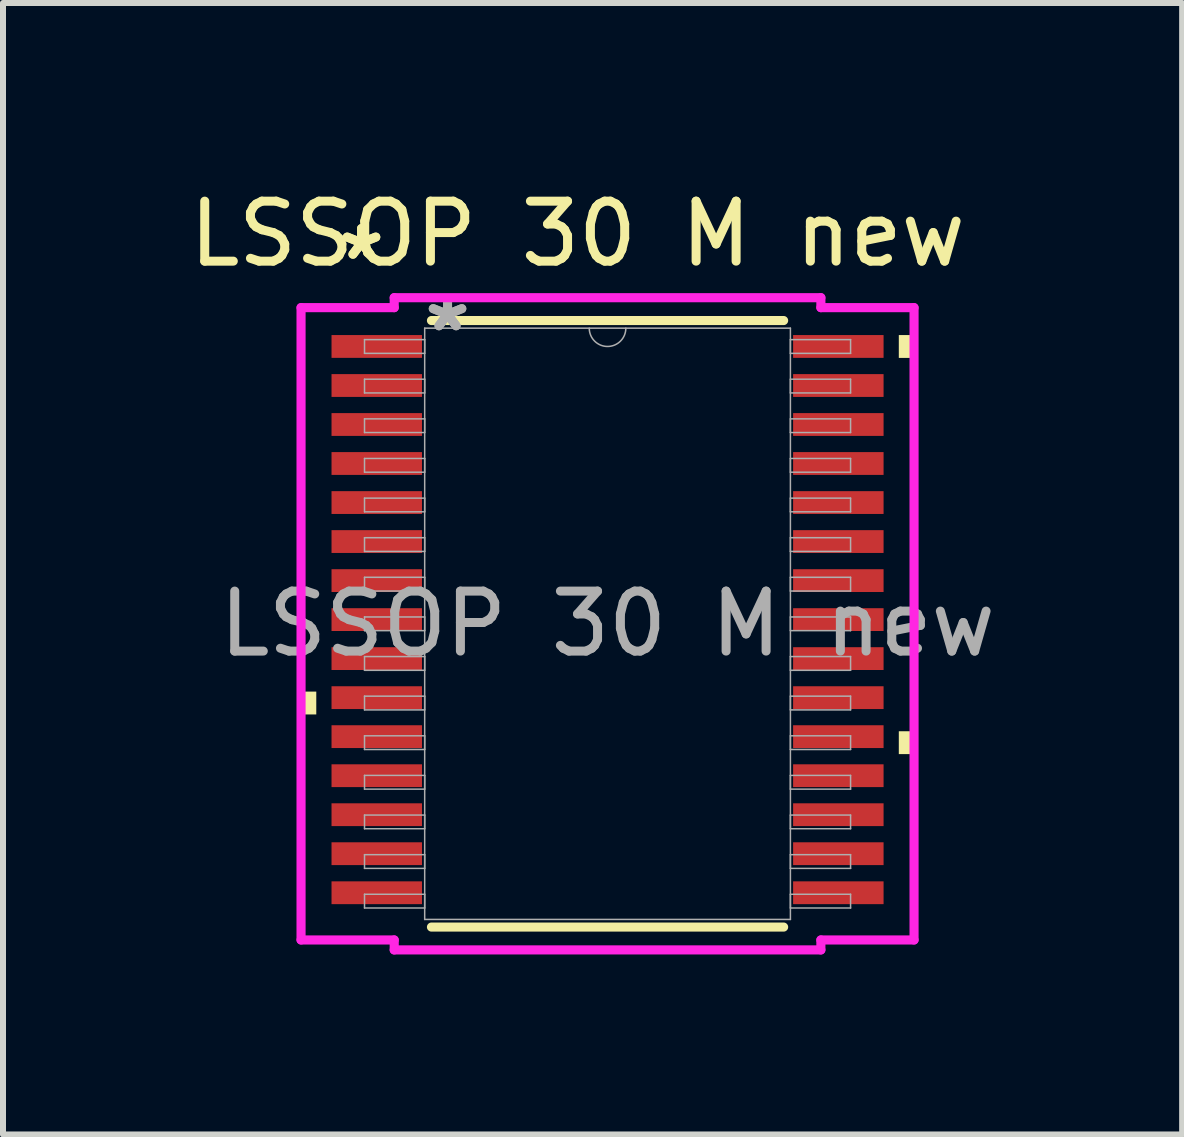
<source format=kicad_pcb>
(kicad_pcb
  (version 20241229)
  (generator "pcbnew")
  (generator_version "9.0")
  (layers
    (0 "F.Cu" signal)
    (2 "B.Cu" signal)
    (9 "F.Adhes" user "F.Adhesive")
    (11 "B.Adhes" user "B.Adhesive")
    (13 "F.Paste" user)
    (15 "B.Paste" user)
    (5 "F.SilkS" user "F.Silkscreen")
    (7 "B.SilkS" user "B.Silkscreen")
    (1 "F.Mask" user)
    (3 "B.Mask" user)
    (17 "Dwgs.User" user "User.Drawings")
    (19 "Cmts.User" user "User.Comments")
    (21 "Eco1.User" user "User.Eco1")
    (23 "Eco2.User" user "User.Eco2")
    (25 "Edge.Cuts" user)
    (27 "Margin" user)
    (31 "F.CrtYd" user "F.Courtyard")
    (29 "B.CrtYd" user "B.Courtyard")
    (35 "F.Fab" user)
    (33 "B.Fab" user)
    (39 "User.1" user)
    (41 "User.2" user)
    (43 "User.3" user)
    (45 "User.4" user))
  (footprint "LSSOP 30 M new"
    (layer "F.Cu")
    (at 7.077 7.348)
    (property "Reference" "LSSOP 30 M new" (at -0.5 -6.5 0) (unlocked yes) (layer "F.SilkS") (effects (font (size 1 1) (thickness 0.15))))
    (attr smd)
    (fp_line (start -2.935 5.055) (end 2.935 5.055) (stroke (width 0.152) (type solid)) (layer "F.SilkS"))
    (fp_line (start 2.935 -5.055) (end -2.935 -5.055) (stroke (width 0.152) (type solid)) (layer "F.SilkS"))
    (fp_poly (pts (xy -5.109 1.13) (xy -5.109 1.511) (xy -4.855 1.511) (xy -4.855 1.13)) (stroke (width 0) (type solid)) (fill yes) (layer "F.SilkS"))
    (fp_poly (pts (xy 5.109 -4.813) (xy 5.109 -4.432) (xy 4.855 -4.432) (xy 4.855 -4.813)) (stroke (width 0) (type solid)) (fill yes) (layer "F.SilkS"))
    (fp_poly (pts (xy 5.109 1.791) (xy 5.109 2.172) (xy 4.855 2.172) (xy 4.855 1.791)) (stroke (width 0) (type solid)) (fill yes) (layer "F.SilkS"))
    (fp_line (start -5.109 -5.27) (end -3.556 -5.27) (stroke (width 0.152) (type solid)) (layer "F.CrtYd"))
    (fp_line (start -5.109 5.27) (end -5.109 -5.27) (stroke (width 0.152) (type solid)) (layer "F.CrtYd"))
    (fp_line (start -5.109 5.27) (end -3.556 5.27) (stroke (width 0.152) (type solid)) (layer "F.CrtYd"))
    (fp_line (start -3.556 -5.436) (end 3.556 -5.436) (stroke (width 0.152) (type solid)) (layer "F.CrtYd"))
    (fp_line (start -3.556 -5.27) (end -3.556 -5.436) (stroke (width 0.152) (type solid)) (layer "F.CrtYd"))
    (fp_line (start -3.556 5.436) (end -3.556 5.27) (stroke (width 0.152) (type solid)) (layer "F.CrtYd"))
    (fp_line (start 3.556 -5.436) (end 3.556 -5.27) (stroke (width 0.152) (type solid)) (layer "F.CrtYd"))
    (fp_line (start 3.556 5.27) (end 3.556 5.436) (stroke (width 0.152) (type solid)) (layer "F.CrtYd"))
    (fp_line (start 3.556 5.436) (end -3.556 5.436) (stroke (width 0.152) (type solid)) (layer "F.CrtYd"))
    (fp_line (start 5.109 -5.27) (end 3.556 -5.27) (stroke (width 0.152) (type solid)) (layer "F.CrtYd"))
    (fp_line (start 5.109 -5.27) (end 5.109 5.27) (stroke (width 0.152) (type solid)) (layer "F.CrtYd"))
    (fp_line (start 5.109 5.27) (end 3.556 5.27) (stroke (width 0.152) (type solid)) (layer "F.CrtYd"))
    (fp_line (start -4.051 -4.737) (end -4.051 -4.508) (stroke (width 0.025) (type solid)) (layer "F.Fab"))
    (fp_line (start -4.051 -4.508) (end -3.048 -4.508) (stroke (width 0.025) (type solid)) (layer "F.Fab"))
    (fp_line (start -4.051 -4.077) (end -4.051 -3.848) (stroke (width 0.025) (type solid)) (layer "F.Fab"))
    (fp_line (start -4.051 -3.848) (end -3.048 -3.848) (stroke (width 0.025) (type solid)) (layer "F.Fab"))
    (fp_line (start -4.051 -3.416) (end -4.051 -3.188) (stroke (width 0.025) (type solid)) (layer "F.Fab"))
    (fp_line (start -4.051 -3.188) (end -3.048 -3.188) (stroke (width 0.025) (type solid)) (layer "F.Fab"))
    (fp_line (start -4.051 -2.756) (end -4.051 -2.527) (stroke (width 0.025) (type solid)) (layer "F.Fab"))
    (fp_line (start -4.051 -2.527) (end -3.048 -2.527) (stroke (width 0.025) (type solid)) (layer "F.Fab"))
    (fp_line (start -4.051 -2.095) (end -4.051 -1.867) (stroke (width 0.025) (type solid)) (layer "F.Fab"))
    (fp_line (start -4.051 -1.867) (end -3.048 -1.867) (stroke (width 0.025) (type solid)) (layer "F.Fab"))
    (fp_line (start -4.051 -1.435) (end -4.051 -1.206) (stroke (width 0.025) (type solid)) (layer "F.Fab"))
    (fp_line (start -4.051 -1.206) (end -3.048 -1.206) (stroke (width 0.025) (type solid)) (layer "F.Fab"))
    (fp_line (start -4.051 -0.775) (end -4.051 -0.546) (stroke (width 0.025) (type solid)) (layer "F.Fab"))
    (fp_line (start -4.051 -0.546) (end -3.048 -0.546) (stroke (width 0.025) (type solid)) (layer "F.Fab"))
    (fp_line (start -4.051 -0.114) (end -4.051 0.114) (stroke (width 0.025) (type solid)) (layer "F.Fab"))
    (fp_line (start -4.051 0.114) (end -3.048 0.114) (stroke (width 0.025) (type solid)) (layer "F.Fab"))
    (fp_line (start -4.051 0.546) (end -4.051 0.775) (stroke (width 0.025) (type solid)) (layer "F.Fab"))
    (fp_line (start -4.051 0.775) (end -3.048 0.775) (stroke (width 0.025) (type solid)) (layer "F.Fab"))
    (fp_line (start -4.051 1.206) (end -4.051 1.435) (stroke (width 0.025) (type solid)) (layer "F.Fab"))
    (fp_line (start -4.051 1.435) (end -3.048 1.435) (stroke (width 0.025) (type solid)) (layer "F.Fab"))
    (fp_line (start -4.051 1.867) (end -4.051 2.095) (stroke (width 0.025) (type solid)) (layer "F.Fab"))
    (fp_line (start -4.051 2.095) (end -3.048 2.095) (stroke (width 0.025) (type solid)) (layer "F.Fab"))
    (fp_line (start -4.051 2.527) (end -4.051 2.756) (stroke (width 0.025) (type solid)) (layer "F.Fab"))
    (fp_line (start -4.051 2.756) (end -3.048 2.756) (stroke (width 0.025) (type solid)) (layer "F.Fab"))
    (fp_line (start -4.051 3.188) (end -4.051 3.416) (stroke (width 0.025) (type solid)) (layer "F.Fab"))
    (fp_line (start -4.051 3.416) (end -3.048 3.416) (stroke (width 0.025) (type solid)) (layer "F.Fab"))
    (fp_line (start -4.051 3.848) (end -4.051 4.077) (stroke (width 0.025) (type solid)) (layer "F.Fab"))
    (fp_line (start -4.051 4.077) (end -3.048 4.077) (stroke (width 0.025) (type solid)) (layer "F.Fab"))
    (fp_line (start -4.051 4.508) (end -4.051 4.737) (stroke (width 0.025) (type solid)) (layer "F.Fab"))
    (fp_line (start -4.051 4.737) (end -3.048 4.737) (stroke (width 0.025) (type solid)) (layer "F.Fab"))
    (fp_line (start -3.048 -4.928) (end -3.048 4.928) (stroke (width 0.025) (type solid)) (layer "F.Fab"))
    (fp_line (start -3.048 -4.737) (end -4.051 -4.737) (stroke (width 0.025) (type solid)) (layer "F.Fab"))
    (fp_line (start -3.048 -4.508) (end -3.048 -4.737) (stroke (width 0.025) (type solid)) (layer "F.Fab"))
    (fp_line (start -3.048 -4.077) (end -4.051 -4.077) (stroke (width 0.025) (type solid)) (layer "F.Fab"))
    (fp_line (start -3.048 -3.848) (end -3.048 -4.077) (stroke (width 0.025) (type solid)) (layer "F.Fab"))
    (fp_line (start -3.048 -3.416) (end -4.051 -3.416) (stroke (width 0.025) (type solid)) (layer "F.Fab"))
    (fp_line (start -3.048 -3.188) (end -3.048 -3.416) (stroke (width 0.025) (type solid)) (layer "F.Fab"))
    (fp_line (start -3.048 -2.756) (end -4.051 -2.756) (stroke (width 0.025) (type solid)) (layer "F.Fab"))
    (fp_line (start -3.048 -2.527) (end -3.048 -2.756) (stroke (width 0.025) (type solid)) (layer "F.Fab"))
    (fp_line (start -3.048 -2.095) (end -4.051 -2.095) (stroke (width 0.025) (type solid)) (layer "F.Fab"))
    (fp_line (start -3.048 -1.867) (end -3.048 -2.095) (stroke (width 0.025) (type solid)) (layer "F.Fab"))
    (fp_line (start -3.048 -1.435) (end -4.051 -1.435) (stroke (width 0.025) (type solid)) (layer "F.Fab"))
    (fp_line (start -3.048 -1.206) (end -3.048 -1.435) (stroke (width 0.025) (type solid)) (layer "F.Fab"))
    (fp_line (start -3.048 -0.775) (end -4.051 -0.775) (stroke (width 0.025) (type solid)) (layer "F.Fab"))
    (fp_line (start -3.048 -0.546) (end -3.048 -0.775) (stroke (width 0.025) (type solid)) (layer "F.Fab"))
    (fp_line (start -3.048 -0.114) (end -4.051 -0.114) (stroke (width 0.025) (type solid)) (layer "F.Fab"))
    (fp_line (start -3.048 0.114) (end -3.048 -0.114) (stroke (width 0.025) (type solid)) (layer "F.Fab"))
    (fp_line (start -3.048 0.546) (end -4.051 0.546) (stroke (width 0.025) (type solid)) (layer "F.Fab"))
    (fp_line (start -3.048 0.775) (end -3.048 0.546) (stroke (width 0.025) (type solid)) (layer "F.Fab"))
    (fp_line (start -3.048 1.206) (end -4.051 1.206) (stroke (width 0.025) (type solid)) (layer "F.Fab"))
    (fp_line (start -3.048 1.435) (end -3.048 1.206) (stroke (width 0.025) (type solid)) (layer "F.Fab"))
    (fp_line (start -3.048 1.867) (end -4.051 1.867) (stroke (width 0.025) (type solid)) (layer "F.Fab"))
    (fp_line (start -3.048 2.095) (end -3.048 1.867) (stroke (width 0.025) (type solid)) (layer "F.Fab"))
    (fp_line (start -3.048 2.527) (end -4.051 2.527) (stroke (width 0.025) (type solid)) (layer "F.Fab"))
    (fp_line (start -3.048 2.756) (end -3.048 2.527) (stroke (width 0.025) (type solid)) (layer "F.Fab"))
    (fp_line (start -3.048 3.188) (end -4.051 3.188) (stroke (width 0.025) (type solid)) (layer "F.Fab"))
    (fp_line (start -3.048 3.416) (end -3.048 3.188) (stroke (width 0.025) (type solid)) (layer "F.Fab"))
    (fp_line (start -3.048 3.848) (end -4.051 3.848) (stroke (width 0.025) (type solid)) (layer "F.Fab"))
    (fp_line (start -3.048 4.077) (end -3.048 3.848) (stroke (width 0.025) (type solid)) (layer "F.Fab"))
    (fp_line (start -3.048 4.508) (end -4.051 4.508) (stroke (width 0.025) (type solid)) (layer "F.Fab"))
    (fp_line (start -3.048 4.737) (end -3.048 4.508) (stroke (width 0.025) (type solid)) (layer "F.Fab"))
    (fp_line (start -3.048 4.928) (end 3.048 4.928) (stroke (width 0.025) (type solid)) (layer "F.Fab"))
    (fp_line (start 3.048 -4.928) (end -3.048 -4.928) (stroke (width 0.025) (type solid)) (layer "F.Fab"))
    (fp_line (start 3.048 -4.737) (end 3.048 -4.508) (stroke (width 0.025) (type solid)) (layer "F.Fab"))
    (fp_line (start 3.048 -4.508) (end 4.051 -4.508) (stroke (width 0.025) (type solid)) (layer "F.Fab"))
    (fp_line (start 3.048 -4.077) (end 3.048 -3.848) (stroke (width 0.025) (type solid)) (layer "F.Fab"))
    (fp_line (start 3.048 -3.848) (end 4.051 -3.848) (stroke (width 0.025) (type solid)) (layer "F.Fab"))
    (fp_line (start 3.048 -3.416) (end 3.048 -3.188) (stroke (width 0.025) (type solid)) (layer "F.Fab"))
    (fp_line (start 3.048 -3.188) (end 4.051 -3.188) (stroke (width 0.025) (type solid)) (layer "F.Fab"))
    (fp_line (start 3.048 -2.756) (end 3.048 -2.527) (stroke (width 0.025) (type solid)) (layer "F.Fab"))
    (fp_line (start 3.048 -2.527) (end 4.051 -2.527) (stroke (width 0.025) (type solid)) (layer "F.Fab"))
    (fp_line (start 3.048 -2.095) (end 3.048 -1.867) (stroke (width 0.025) (type solid)) (layer "F.Fab"))
    (fp_line (start 3.048 -1.867) (end 4.051 -1.867) (stroke (width 0.025) (type solid)) (layer "F.Fab"))
    (fp_line (start 3.048 -1.435) (end 3.048 -1.206) (stroke (width 0.025) (type solid)) (layer "F.Fab"))
    (fp_line (start 3.048 -1.206) (end 4.051 -1.206) (stroke (width 0.025) (type solid)) (layer "F.Fab"))
    (fp_line (start 3.048 -0.775) (end 3.048 -0.546) (stroke (width 0.025) (type solid)) (layer "F.Fab"))
    (fp_line (start 3.048 -0.546) (end 4.051 -0.546) (stroke (width 0.025) (type solid)) (layer "F.Fab"))
    (fp_line (start 3.048 -0.114) (end 3.048 0.114) (stroke (width 0.025) (type solid)) (layer "F.Fab"))
    (fp_line (start 3.048 0.114) (end 4.051 0.114) (stroke (width 0.025) (type solid)) (layer "F.Fab"))
    (fp_line (start 3.048 0.546) (end 3.048 0.775) (stroke (width 0.025) (type solid)) (layer "F.Fab"))
    (fp_line (start 3.048 0.775) (end 4.051 0.775) (stroke (width 0.025) (type solid)) (layer "F.Fab"))
    (fp_line (start 3.048 1.206) (end 3.048 1.435) (stroke (width 0.025) (type solid)) (layer "F.Fab"))
    (fp_line (start 3.048 1.435) (end 4.051 1.435) (stroke (width 0.025) (type solid)) (layer "F.Fab"))
    (fp_line (start 3.048 1.867) (end 3.048 2.095) (stroke (width 0.025) (type solid)) (layer "F.Fab"))
    (fp_line (start 3.048 2.095) (end 4.051 2.095) (stroke (width 0.025) (type solid)) (layer "F.Fab"))
    (fp_line (start 3.048 2.527) (end 3.048 2.756) (stroke (width 0.025) (type solid)) (layer "F.Fab"))
    (fp_line (start 3.048 2.756) (end 4.051 2.756) (stroke (width 0.025) (type solid)) (layer "F.Fab"))
    (fp_line (start 3.048 3.188) (end 3.048 3.416) (stroke (width 0.025) (type solid)) (layer "F.Fab"))
    (fp_line (start 3.048 3.416) (end 4.051 3.416) (stroke (width 0.025) (type solid)) (layer "F.Fab"))
    (fp_line (start 3.048 3.848) (end 3.048 4.077) (stroke (width 0.025) (type solid)) (layer "F.Fab"))
    (fp_line (start 3.048 4.077) (end 4.051 4.077) (stroke (width 0.025) (type solid)) (layer "F.Fab"))
    (fp_line (start 3.048 4.508) (end 3.048 4.737) (stroke (width 0.025) (type solid)) (layer "F.Fab"))
    (fp_line (start 3.048 4.737) (end 4.051 4.737) (stroke (width 0.025) (type solid)) (layer "F.Fab"))
    (fp_line (start 3.048 4.928) (end 3.048 -4.928) (stroke (width 0.025) (type solid)) (layer "F.Fab"))
    (fp_line (start 4.051 -4.737) (end 3.048 -4.737) (stroke (width 0.025) (type solid)) (layer "F.Fab"))
    (fp_line (start 4.051 -4.508) (end 4.051 -4.737) (stroke (width 0.025) (type solid)) (layer "F.Fab"))
    (fp_line (start 4.051 -4.077) (end 3.048 -4.077) (stroke (width 0.025) (type solid)) (layer "F.Fab"))
    (fp_line (start 4.051 -3.848) (end 4.051 -4.077) (stroke (width 0.025) (type solid)) (layer "F.Fab"))
    (fp_line (start 4.051 -3.416) (end 3.048 -3.416) (stroke (width 0.025) (type solid)) (layer "F.Fab"))
    (fp_line (start 4.051 -3.188) (end 4.051 -3.416) (stroke (width 0.025) (type solid)) (layer "F.Fab"))
    (fp_line (start 4.051 -2.756) (end 3.048 -2.756) (stroke (width 0.025) (type solid)) (layer "F.Fab"))
    (fp_line (start 4.051 -2.527) (end 4.051 -2.756) (stroke (width 0.025) (type solid)) (layer "F.Fab"))
    (fp_line (start 4.051 -2.095) (end 3.048 -2.095) (stroke (width 0.025) (type solid)) (layer "F.Fab"))
    (fp_line (start 4.051 -1.867) (end 4.051 -2.095) (stroke (width 0.025) (type solid)) (layer "F.Fab"))
    (fp_line (start 4.051 -1.435) (end 3.048 -1.435) (stroke (width 0.025) (type solid)) (layer "F.Fab"))
    (fp_line (start 4.051 -1.206) (end 4.051 -1.435) (stroke (width 0.025) (type solid)) (layer "F.Fab"))
    (fp_line (start 4.051 -0.775) (end 3.048 -0.775) (stroke (width 0.025) (type solid)) (layer "F.Fab"))
    (fp_line (start 4.051 -0.546) (end 4.051 -0.775) (stroke (width 0.025) (type solid)) (layer "F.Fab"))
    (fp_line (start 4.051 -0.114) (end 3.048 -0.114) (stroke (width 0.025) (type solid)) (layer "F.Fab"))
    (fp_line (start 4.051 0.114) (end 4.051 -0.114) (stroke (width 0.025) (type solid)) (layer "F.Fab"))
    (fp_line (start 4.051 0.546) (end 3.048 0.546) (stroke (width 0.025) (type solid)) (layer "F.Fab"))
    (fp_line (start 4.051 0.775) (end 4.051 0.546) (stroke (width 0.025) (type solid)) (layer "F.Fab"))
    (fp_line (start 4.051 1.206) (end 3.048 1.206) (stroke (width 0.025) (type solid)) (layer "F.Fab"))
    (fp_line (start 4.051 1.435) (end 4.051 1.206) (stroke (width 0.025) (type solid)) (layer "F.Fab"))
    (fp_line (start 4.051 1.867) (end 3.048 1.867) (stroke (width 0.025) (type solid)) (layer "F.Fab"))
    (fp_line (start 4.051 2.095) (end 4.051 1.867) (stroke (width 0.025) (type solid)) (layer "F.Fab"))
    (fp_line (start 4.051 2.527) (end 3.048 2.527) (stroke (width 0.025) (type solid)) (layer "F.Fab"))
    (fp_line (start 4.051 2.756) (end 4.051 2.527) (stroke (width 0.025) (type solid)) (layer "F.Fab"))
    (fp_line (start 4.051 3.188) (end 3.048 3.188) (stroke (width 0.025) (type solid)) (layer "F.Fab"))
    (fp_line (start 4.051 3.416) (end 4.051 3.188) (stroke (width 0.025) (type solid)) (layer "F.Fab"))
    (fp_line (start 4.051 3.848) (end 3.048 3.848) (stroke (width 0.025) (type solid)) (layer "F.Fab"))
    (fp_line (start 4.051 4.077) (end 4.051 3.848) (stroke (width 0.025) (type solid)) (layer "F.Fab"))
    (fp_line (start 4.051 4.508) (end 3.048 4.508) (stroke (width 0.025) (type solid)) (layer "F.Fab"))
    (fp_line (start 4.051 4.737) (end 4.051 4.508) (stroke (width 0.025) (type solid)) (layer "F.Fab"))
    (fp_arc (start 0.3048 -4.9276) (mid 0 -4.6228) (end -0.3048 -4.9276) (stroke (width 0.0254) (type solid)) (layer "F.Fab"))
    (fp_text user "*" (at -4.101 -6.044 0) (unlocked yes) (layer "F.SilkS") (effects (font (size 1 1) (thickness 0.15))))
    (fp_text user "*" (at -4.101 -6.044 0) (layer "F.SilkS") (effects (font (size 1 1) (thickness 0.15))))
    (fp_text user "${REFERENCE}" (at 0 0 0) (unlocked yes) (layer "F.Fab") (effects (font (size 1 1) (thickness 0.15))))
    (fp_text user "*" (at -2.667 -4.851 0) (layer "F.Fab") (effects (font (size 1 1) (thickness 0.15))))
    (fp_text user "*" (at -2.667 -4.851 0) (unlocked yes) (layer "F.Fab") (effects (font (size 1 1) (thickness 0.15))))
    (pad "1" smd rect (at -3.847 -4.623) (size 1.508 0.38) (layers "F.Cu" "F.Mask" "F.Paste"))
    (pad "2" smd rect (at -3.847 -3.972) (size 1.508 0.38) (layers "F.Cu" "F.Mask" "F.Paste"))
    (pad "3" smd rect (at -3.847 -3.322) (size 1.508 0.38) (layers "F.Cu" "F.Mask" "F.Paste"))
    (pad "4" smd rect (at -3.847 -2.672) (size 1.508 0.38) (layers "F.Cu" "F.Mask" "F.Paste"))
    (pad "5" smd rect (at -3.847 -2.021) (size 1.508 0.38) (layers "F.Cu" "F.Mask" "F.Paste"))
    (pad "6" smd rect (at -3.847 -1.371) (size 1.508 0.38) (layers "F.Cu" "F.Mask" "F.Paste"))
    (pad "7" smd rect (at -3.847 -0.72) (size 1.508 0.38) (layers "F.Cu" "F.Mask" "F.Paste"))
    (pad "8" smd rect (at -3.847 -0.07) (size 1.508 0.38) (layers "F.Cu" "F.Mask" "F.Paste"))
    (pad "9" smd rect (at -3.847 0.58) (size 1.508 0.38) (layers "F.Cu" "F.Mask" "F.Paste"))
    (pad "10" smd rect (at -3.847 1.231) (size 1.508 0.38) (layers "F.Cu" "F.Mask" "F.Paste"))
    (pad "11" smd rect (at -3.847 1.881) (size 1.508 0.38) (layers "F.Cu" "F.Mask" "F.Paste"))
    (pad "12" smd rect (at -3.847 2.532) (size 1.508 0.38) (layers "F.Cu" "F.Mask" "F.Paste"))
    (pad "13" smd rect (at -3.847 3.182) (size 1.508 0.38) (layers "F.Cu" "F.Mask" "F.Paste"))
    (pad "14" smd rect (at -3.847 3.832) (size 1.508 0.38) (layers "F.Cu" "F.Mask" "F.Paste"))
    (pad "15" smd rect (at -3.847 4.483) (size 1.508 0.38) (layers "F.Cu" "F.Mask" "F.Paste"))
    (pad "16" smd rect (at 3.847 4.483) (size 1.508 0.38) (layers "F.Cu" "F.Mask" "F.Paste"))
    (pad "17" smd rect (at 3.847 3.832) (size 1.508 0.38) (layers "F.Cu" "F.Mask" "F.Paste"))
    (pad "18" smd rect (at 3.847 3.182) (size 1.508 0.38) (layers "F.Cu" "F.Mask" "F.Paste"))
    (pad "19" smd rect (at 3.847 2.532) (size 1.508 0.38) (layers "F.Cu" "F.Mask" "F.Paste"))
    (pad "20" smd rect (at 3.847 1.881) (size 1.508 0.38) (layers "F.Cu" "F.Mask" "F.Paste"))
    (pad "21" smd rect (at 3.847 1.231) (size 1.508 0.38) (layers "F.Cu" "F.Mask" "F.Paste"))
    (pad "22" smd rect (at 3.847 0.58) (size 1.508 0.38) (layers "F.Cu" "F.Mask" "F.Paste"))
    (pad "23" smd rect (at 3.847 -0.07) (size 1.508 0.38) (layers "F.Cu" "F.Mask" "F.Paste"))
    (pad "24" smd rect (at 3.847 -0.72) (size 1.508 0.38) (layers "F.Cu" "F.Mask" "F.Paste"))
    (pad "25" smd rect (at 3.847 -1.371) (size 1.508 0.38) (layers "F.Cu" "F.Mask" "F.Paste"))
    (pad "26" smd rect (at 3.847 -2.021) (size 1.508 0.38) (layers "F.Cu" "F.Mask" "F.Paste"))
    (pad "27" smd rect (at 3.847 -2.672) (size 1.508 0.38) (layers "F.Cu" "F.Mask" "F.Paste"))
    (pad "28" smd rect (at 3.847 -3.322) (size 1.508 0.38) (layers "F.Cu" "F.Mask" "F.Paste"))
    (pad "29" smd rect (at 3.847 -3.972) (size 1.508 0.38) (layers "F.Cu" "F.Mask" "F.Paste"))
    (pad "30" smd rect (at 3.847 -4.623) (size 1.508 0.38) (layers "F.Cu" "F.Mask" "F.Paste")))
  (gr_rect
    (start -3 -3)
    (end 16.655 15.86)
    (stroke (width 0.1) (type default))
    (fill no)
    (layer "Edge.Cuts")))
</source>
